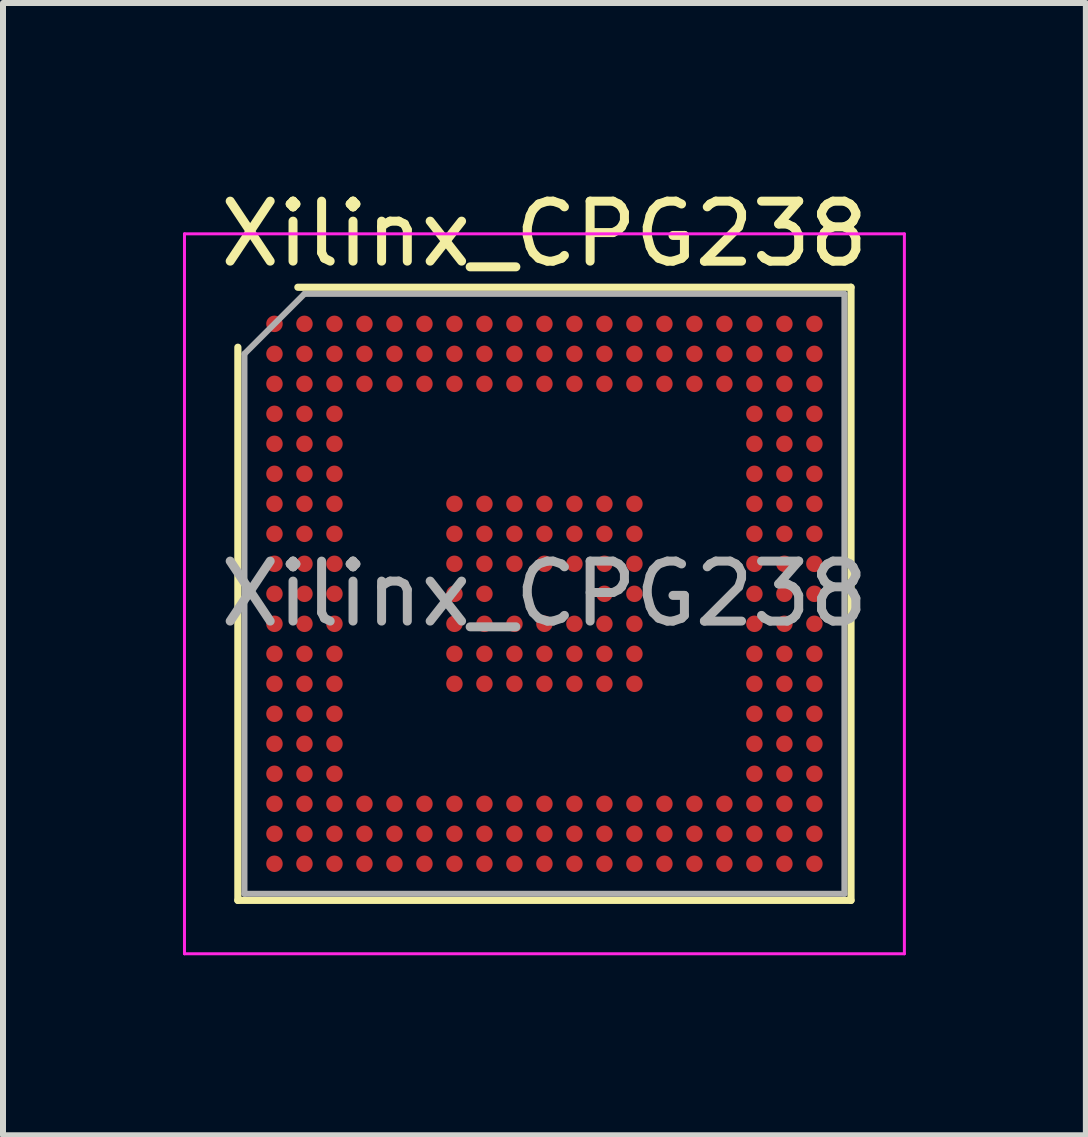
<source format=kicad_pcb>
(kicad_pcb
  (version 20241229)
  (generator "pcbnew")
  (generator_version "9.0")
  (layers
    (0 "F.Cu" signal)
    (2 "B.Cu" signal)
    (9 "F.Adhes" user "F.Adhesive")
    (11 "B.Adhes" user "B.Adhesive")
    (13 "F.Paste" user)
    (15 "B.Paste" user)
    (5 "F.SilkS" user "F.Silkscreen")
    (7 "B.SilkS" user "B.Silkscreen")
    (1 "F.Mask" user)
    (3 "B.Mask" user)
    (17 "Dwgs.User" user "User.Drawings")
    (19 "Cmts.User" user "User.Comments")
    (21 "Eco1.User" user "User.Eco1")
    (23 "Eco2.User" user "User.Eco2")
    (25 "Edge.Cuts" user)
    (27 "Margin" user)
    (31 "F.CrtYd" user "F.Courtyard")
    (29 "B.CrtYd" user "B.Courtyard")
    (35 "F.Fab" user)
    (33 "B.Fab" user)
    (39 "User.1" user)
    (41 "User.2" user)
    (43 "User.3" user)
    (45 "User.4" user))
  (footprint "Xilinx_CPG238"
    (layer "F.Cu")
    (at 6.025 6.848)
    (property "Reference" "Xilinx_CPG238" (at 0 -6 0) (layer "F.SilkS") (effects (font (size 1 1) (thickness 0.15))))
    (attr smd)
    (fp_line (start -5.11 5.11) (end -5.11 -4.11) (stroke (width 0.12) (type solid)) (layer "F.SilkS"))
    (fp_line (start -4.11 -5.11) (end 5.11 -5.11) (stroke (width 0.12) (type solid)) (layer "F.SilkS"))
    (fp_line (start 5.11 -5.11) (end 5.11 5.11) (stroke (width 0.12) (type solid)) (layer "F.SilkS"))
    (fp_line (start 5.11 5.11) (end -5.11 5.11) (stroke (width 0.12) (type solid)) (layer "F.SilkS"))
    (fp_line (start -6 -6) (end -6 6) (stroke (width 0.05) (type solid)) (layer "F.CrtYd"))
    (fp_line (start -6 6) (end 6 6) (stroke (width 0.05) (type solid)) (layer "F.CrtYd"))
    (fp_line (start 6 -6) (end -6 -6) (stroke (width 0.05) (type solid)) (layer "F.CrtYd"))
    (fp_line (start 6 6) (end 6 -6) (stroke (width 0.05) (type solid)) (layer "F.CrtYd"))
    (fp_line (start -5 -4) (end -4 -5) (stroke (width 0.1) (type solid)) (layer "F.Fab"))
    (fp_line (start -5 5) (end -5 -4) (stroke (width 0.1) (type solid)) (layer "F.Fab"))
    (fp_line (start -4 -5) (end 5 -5) (stroke (width 0.1) (type solid)) (layer "F.Fab"))
    (fp_line (start 5 -5) (end 5 5) (stroke (width 0.1) (type solid)) (layer "F.Fab"))
    (fp_line (start 5 5) (end -5 5) (stroke (width 0.1) (type solid)) (layer "F.Fab"))
    (fp_text user "${REFERENCE}" (at 0 0 0) (layer "F.Fab") (effects (font (size 1 1) (thickness 0.15))))
    (pad "A1" smd circle (at -4.5 -4.5) (size 0.275 0.275) (layers "F.Cu" "F.Mask" "F.Paste"))
    (pad "A2" smd circle (at -4 -4.5) (size 0.275 0.275) (layers "F.Cu" "F.Mask" "F.Paste"))
    (pad "A3" smd circle (at -3.5 -4.5) (size 0.275 0.275) (layers "F.Cu" "F.Mask" "F.Paste"))
    (pad "A4" smd circle (at -3 -4.5) (size 0.275 0.275) (layers "F.Cu" "F.Mask" "F.Paste"))
    (pad "A5" smd circle (at -2.5 -4.5) (size 0.275 0.275) (layers "F.Cu" "F.Mask" "F.Paste"))
    (pad "A6" smd circle (at -2 -4.5) (size 0.275 0.275) (layers "F.Cu" "F.Mask" "F.Paste"))
    (pad "A7" smd circle (at -1.5 -4.5) (size 0.275 0.275) (layers "F.Cu" "F.Mask" "F.Paste"))
    (pad "A8" smd circle (at -1 -4.5) (size 0.275 0.275) (layers "F.Cu" "F.Mask" "F.Paste"))
    (pad "A9" smd circle (at -0.5 -4.5) (size 0.275 0.275) (layers "F.Cu" "F.Mask" "F.Paste"))
    (pad "A10" smd circle (at 0 -4.5) (size 0.275 0.275) (layers "F.Cu" "F.Mask" "F.Paste"))
    (pad "A11" smd circle (at 0.5 -4.5) (size 0.275 0.275) (layers "F.Cu" "F.Mask" "F.Paste"))
    (pad "A12" smd circle (at 1 -4.5) (size 0.275 0.275) (layers "F.Cu" "F.Mask" "F.Paste"))
    (pad "A13" smd circle (at 1.5 -4.5) (size 0.275 0.275) (layers "F.Cu" "F.Mask" "F.Paste"))
    (pad "A14" smd circle (at 2 -4.5) (size 0.275 0.275) (layers "F.Cu" "F.Mask" "F.Paste"))
    (pad "A15" smd circle (at 2.5 -4.5) (size 0.275 0.275) (layers "F.Cu" "F.Mask" "F.Paste"))
    (pad "A16" smd circle (at 3 -4.5) (size 0.275 0.275) (layers "F.Cu" "F.Mask" "F.Paste"))
    (pad "A17" smd circle (at 3.5 -4.5) (size 0.275 0.275) (layers "F.Cu" "F.Mask" "F.Paste"))
    (pad "A18" smd circle (at 4 -4.5) (size 0.275 0.275) (layers "F.Cu" "F.Mask" "F.Paste"))
    (pad "A19" smd circle (at 4.5 -4.5) (size 0.275 0.275) (layers "F.Cu" "F.Mask" "F.Paste"))
    (pad "B1" smd circle (at -4.5 -4) (size 0.275 0.275) (layers "F.Cu" "F.Mask" "F.Paste"))
    (pad "B2" smd circle (at -4 -4) (size 0.275 0.275) (layers "F.Cu" "F.Mask" "F.Paste"))
    (pad "B3" smd circle (at -3.5 -4) (size 0.275 0.275) (layers "F.Cu" "F.Mask" "F.Paste"))
    (pad "B4" smd circle (at -3 -4) (size 0.275 0.275) (layers "F.Cu" "F.Mask" "F.Paste"))
    (pad "B5" smd circle (at -2.5 -4) (size 0.275 0.275) (layers "F.Cu" "F.Mask" "F.Paste"))
    (pad "B6" smd circle (at -2 -4) (size 0.275 0.275) (layers "F.Cu" "F.Mask" "F.Paste"))
    (pad "B7" smd circle (at -1.5 -4) (size 0.275 0.275) (layers "F.Cu" "F.Mask" "F.Paste"))
    (pad "B8" smd circle (at -1 -4) (size 0.275 0.275) (layers "F.Cu" "F.Mask" "F.Paste"))
    (pad "B9" smd circle (at -0.5 -4) (size 0.275 0.275) (layers "F.Cu" "F.Mask" "F.Paste"))
    (pad "B10" smd circle (at 0 -4) (size 0.275 0.275) (layers "F.Cu" "F.Mask" "F.Paste"))
    (pad "B11" smd circle (at 0.5 -4) (size 0.275 0.275) (layers "F.Cu" "F.Mask" "F.Paste"))
    (pad "B12" smd circle (at 1 -4) (size 0.275 0.275) (layers "F.Cu" "F.Mask" "F.Paste"))
    (pad "B13" smd circle (at 1.5 -4) (size 0.275 0.275) (layers "F.Cu" "F.Mask" "F.Paste"))
    (pad "B14" smd circle (at 2 -4) (size 0.275 0.275) (layers "F.Cu" "F.Mask" "F.Paste"))
    (pad "B15" smd circle (at 2.5 -4) (size 0.275 0.275) (layers "F.Cu" "F.Mask" "F.Paste"))
    (pad "B16" smd circle (at 3 -4) (size 0.275 0.275) (layers "F.Cu" "F.Mask" "F.Paste"))
    (pad "B17" smd circle (at 3.5 -4) (size 0.275 0.275) (layers "F.Cu" "F.Mask" "F.Paste"))
    (pad "B18" smd circle (at 4 -4) (size 0.275 0.275) (layers "F.Cu" "F.Mask" "F.Paste"))
    (pad "B19" smd circle (at 4.5 -4) (size 0.275 0.275) (layers "F.Cu" "F.Mask" "F.Paste"))
    (pad "C1" smd circle (at -4.5 -3.5) (size 0.275 0.275) (layers "F.Cu" "F.Mask" "F.Paste"))
    (pad "C2" smd circle (at -4 -3.5) (size 0.275 0.275) (layers "F.Cu" "F.Mask" "F.Paste"))
    (pad "C3" smd circle (at -3.5 -3.5) (size 0.275 0.275) (layers "F.Cu" "F.Mask" "F.Paste"))
    (pad "C4" smd circle (at -3 -3.5) (size 0.275 0.275) (layers "F.Cu" "F.Mask" "F.Paste"))
    (pad "C5" smd circle (at -2.5 -3.5) (size 0.275 0.275) (layers "F.Cu" "F.Mask" "F.Paste"))
    (pad "C6" smd circle (at -2 -3.5) (size 0.275 0.275) (layers "F.Cu" "F.Mask" "F.Paste"))
    (pad "C7" smd circle (at -1.5 -3.5) (size 0.275 0.275) (layers "F.Cu" "F.Mask" "F.Paste"))
    (pad "C8" smd circle (at -1 -3.5) (size 0.275 0.275) (layers "F.Cu" "F.Mask" "F.Paste"))
    (pad "C9" smd circle (at -0.5 -3.5) (size 0.275 0.275) (layers "F.Cu" "F.Mask" "F.Paste"))
    (pad "C10" smd circle (at 0 -3.5) (size 0.275 0.275) (layers "F.Cu" "F.Mask" "F.Paste"))
    (pad "C11" smd circle (at 0.5 -3.5) (size 0.275 0.275) (layers "F.Cu" "F.Mask" "F.Paste"))
    (pad "C12" smd circle (at 1 -3.5) (size 0.275 0.275) (layers "F.Cu" "F.Mask" "F.Paste"))
    (pad "C13" smd circle (at 1.5 -3.5) (size 0.275 0.275) (layers "F.Cu" "F.Mask" "F.Paste"))
    (pad "C14" smd circle (at 2 -3.5) (size 0.275 0.275) (layers "F.Cu" "F.Mask" "F.Paste"))
    (pad "C15" smd circle (at 2.5 -3.5) (size 0.275 0.275) (layers "F.Cu" "F.Mask" "F.Paste"))
    (pad "C16" smd circle (at 3 -3.5) (size 0.275 0.275) (layers "F.Cu" "F.Mask" "F.Paste"))
    (pad "C17" smd circle (at 3.5 -3.5) (size 0.275 0.275) (layers "F.Cu" "F.Mask" "F.Paste"))
    (pad "C18" smd circle (at 4 -3.5) (size 0.275 0.275) (layers "F.Cu" "F.Mask" "F.Paste"))
    (pad "C19" smd circle (at 4.5 -3.5) (size 0.275 0.275) (layers "F.Cu" "F.Mask" "F.Paste"))
    (pad "D1" smd circle (at -4.5 -3) (size 0.275 0.275) (layers "F.Cu" "F.Mask" "F.Paste"))
    (pad "D2" smd circle (at -4 -3) (size 0.275 0.275) (layers "F.Cu" "F.Mask" "F.Paste"))
    (pad "D3" smd circle (at -3.5 -3) (size 0.275 0.275) (layers "F.Cu" "F.Mask" "F.Paste"))
    (pad "D17" smd circle (at 3.5 -3) (size 0.275 0.275) (layers "F.Cu" "F.Mask" "F.Paste"))
    (pad "D18" smd circle (at 4 -3) (size 0.275 0.275) (layers "F.Cu" "F.Mask" "F.Paste"))
    (pad "D19" smd circle (at 4.5 -3) (size 0.275 0.275) (layers "F.Cu" "F.Mask" "F.Paste"))
    (pad "E1" smd circle (at -4.5 -2.5) (size 0.275 0.275) (layers "F.Cu" "F.Mask" "F.Paste"))
    (pad "E2" smd circle (at -4 -2.5) (size 0.275 0.275) (layers "F.Cu" "F.Mask" "F.Paste"))
    (pad "E3" smd circle (at -3.5 -2.5) (size 0.275 0.275) (layers "F.Cu" "F.Mask" "F.Paste"))
    (pad "E17" smd circle (at 3.5 -2.5) (size 0.275 0.275) (layers "F.Cu" "F.Mask" "F.Paste"))
    (pad "E18" smd circle (at 4 -2.5) (size 0.275 0.275) (layers "F.Cu" "F.Mask" "F.Paste"))
    (pad "E19" smd circle (at 4.5 -2.5) (size 0.275 0.275) (layers "F.Cu" "F.Mask" "F.Paste"))
    (pad "F1" smd circle (at -4.5 -2) (size 0.275 0.275) (layers "F.Cu" "F.Mask" "F.Paste"))
    (pad "F2" smd circle (at -4 -2) (size 0.275 0.275) (layers "F.Cu" "F.Mask" "F.Paste"))
    (pad "F3" smd circle (at -3.5 -2) (size 0.275 0.275) (layers "F.Cu" "F.Mask" "F.Paste"))
    (pad "F17" smd circle (at 3.5 -2) (size 0.275 0.275) (layers "F.Cu" "F.Mask" "F.Paste"))
    (pad "F18" smd circle (at 4 -2) (size 0.275 0.275) (layers "F.Cu" "F.Mask" "F.Paste"))
    (pad "F19" smd circle (at 4.5 -2) (size 0.275 0.275) (layers "F.Cu" "F.Mask" "F.Paste"))
    (pad "G1" smd circle (at -4.5 -1.5) (size 0.275 0.275) (layers "F.Cu" "F.Mask" "F.Paste"))
    (pad "G2" smd circle (at -4 -1.5) (size 0.275 0.275) (layers "F.Cu" "F.Mask" "F.Paste"))
    (pad "G3" smd circle (at -3.5 -1.5) (size 0.275 0.275) (layers "F.Cu" "F.Mask" "F.Paste"))
    (pad "G7" smd circle (at -1.5 -1.5) (size 0.275 0.275) (layers "F.Cu" "F.Mask" "F.Paste"))
    (pad "G8" smd circle (at -1 -1.5) (size 0.275 0.275) (layers "F.Cu" "F.Mask" "F.Paste"))
    (pad "G9" smd circle (at -0.5 -1.5) (size 0.275 0.275) (layers "F.Cu" "F.Mask" "F.Paste"))
    (pad "G10" smd circle (at 0 -1.5) (size 0.275 0.275) (layers "F.Cu" "F.Mask" "F.Paste"))
    (pad "G11" smd circle (at 0.5 -1.5) (size 0.275 0.275) (layers "F.Cu" "F.Mask" "F.Paste"))
    (pad "G12" smd circle (at 1 -1.5) (size 0.275 0.275) (layers "F.Cu" "F.Mask" "F.Paste"))
    (pad "G13" smd circle (at 1.5 -1.5) (size 0.275 0.275) (layers "F.Cu" "F.Mask" "F.Paste"))
    (pad "G17" smd circle (at 3.5 -1.5) (size 0.275 0.275) (layers "F.Cu" "F.Mask" "F.Paste"))
    (pad "G18" smd circle (at 4 -1.5) (size 0.275 0.275) (layers "F.Cu" "F.Mask" "F.Paste"))
    (pad "G19" smd circle (at 4.5 -1.5) (size 0.275 0.275) (layers "F.Cu" "F.Mask" "F.Paste"))
    (pad "H1" smd circle (at -4.5 -1) (size 0.275 0.275) (layers "F.Cu" "F.Mask" "F.Paste"))
    (pad "H2" smd circle (at -4 -1) (size 0.275 0.275) (layers "F.Cu" "F.Mask" "F.Paste"))
    (pad "H3" smd circle (at -3.5 -1) (size 0.275 0.275) (layers "F.Cu" "F.Mask" "F.Paste"))
    (pad "H7" smd circle (at -1.5 -1) (size 0.275 0.275) (layers "F.Cu" "F.Mask" "F.Paste"))
    (pad "H8" smd circle (at -1 -1) (size 0.275 0.275) (layers "F.Cu" "F.Mask" "F.Paste"))
    (pad "H9" smd circle (at -0.5 -1) (size 0.275 0.275) (layers "F.Cu" "F.Mask" "F.Paste"))
    (pad "H10" smd circle (at 0 -1) (size 0.275 0.275) (layers "F.Cu" "F.Mask" "F.Paste"))
    (pad "H11" smd circle (at 0.5 -1) (size 0.275 0.275) (layers "F.Cu" "F.Mask" "F.Paste"))
    (pad "H12" smd circle (at 1 -1) (size 0.275 0.275) (layers "F.Cu" "F.Mask" "F.Paste"))
    (pad "H13" smd circle (at 1.5 -1) (size 0.275 0.275) (layers "F.Cu" "F.Mask" "F.Paste"))
    (pad "H17" smd circle (at 3.5 -1) (size 0.275 0.275) (layers "F.Cu" "F.Mask" "F.Paste"))
    (pad "H18" smd circle (at 4 -1) (size 0.275 0.275) (layers "F.Cu" "F.Mask" "F.Paste"))
    (pad "H19" smd circle (at 4.5 -1) (size 0.275 0.275) (layers "F.Cu" "F.Mask" "F.Paste"))
    (pad "J1" smd circle (at -4.5 -0.5) (size 0.275 0.275) (layers "F.Cu" "F.Mask" "F.Paste"))
    (pad "J2" smd circle (at -4 -0.5) (size 0.275 0.275) (layers "F.Cu" "F.Mask" "F.Paste"))
    (pad "J3" smd circle (at -3.5 -0.5) (size 0.275 0.275) (layers "F.Cu" "F.Mask" "F.Paste"))
    (pad "J7" smd circle (at -1.5 -0.5) (size 0.275 0.275) (layers "F.Cu" "F.Mask" "F.Paste"))
    (pad "J8" smd circle (at -1 -0.5) (size 0.275 0.275) (layers "F.Cu" "F.Mask" "F.Paste"))
    (pad "J9" smd circle (at -0.5 -0.5) (size 0.275 0.275) (layers "F.Cu" "F.Mask" "F.Paste"))
    (pad "J10" smd circle (at 0 -0.5) (size 0.275 0.275) (layers "F.Cu" "F.Mask" "F.Paste"))
    (pad "J11" smd circle (at 0.5 -0.5) (size 0.275 0.275) (layers "F.Cu" "F.Mask" "F.Paste"))
    (pad "J12" smd circle (at 1 -0.5) (size 0.275 0.275) (layers "F.Cu" "F.Mask" "F.Paste"))
    (pad "J13" smd circle (at 1.5 -0.5) (size 0.275 0.275) (layers "F.Cu" "F.Mask" "F.Paste"))
    (pad "J17" smd circle (at 3.5 -0.5) (size 0.275 0.275) (layers "F.Cu" "F.Mask" "F.Paste"))
    (pad "J18" smd circle (at 4 -0.5) (size 0.275 0.275) (layers "F.Cu" "F.Mask" "F.Paste"))
    (pad "J19" smd circle (at 4.5 -0.5) (size 0.275 0.275) (layers "F.Cu" "F.Mask" "F.Paste"))
    (pad "K1" smd circle (at -4.5 0) (size 0.275 0.275) (layers "F.Cu" "F.Mask" "F.Paste"))
    (pad "K2" smd circle (at -4 0) (size 0.275 0.275) (layers "F.Cu" "F.Mask" "F.Paste"))
    (pad "K3" smd circle (at -3.5 0) (size 0.275 0.275) (layers "F.Cu" "F.Mask" "F.Paste"))
    (pad "K7" smd circle (at -1.5 0) (size 0.275 0.275) (layers "F.Cu" "F.Mask" "F.Paste"))
    (pad "K8" smd circle (at -1 0) (size 0.275 0.275) (layers "F.Cu" "F.Mask" "F.Paste"))
    (pad "K12" smd circle (at 1 0) (size 0.275 0.275) (layers "F.Cu" "F.Mask" "F.Paste"))
    (pad "K13" smd circle (at 1.5 0) (size 0.275 0.275) (layers "F.Cu" "F.Mask" "F.Paste"))
    (pad "K17" smd circle (at 3.5 0) (size 0.275 0.275) (layers "F.Cu" "F.Mask" "F.Paste"))
    (pad "K18" smd circle (at 4 0) (size 0.275 0.275) (layers "F.Cu" "F.Mask" "F.Paste"))
    (pad "K19" smd circle (at 4.5 0) (size 0.275 0.275) (layers "F.Cu" "F.Mask" "F.Paste"))
    (pad "L1" smd circle (at -4.5 0.5) (size 0.275 0.275) (layers "F.Cu" "F.Mask" "F.Paste"))
    (pad "L2" smd circle (at -4 0.5) (size 0.275 0.275) (layers "F.Cu" "F.Mask" "F.Paste"))
    (pad "L3" smd circle (at -3.5 0.5) (size 0.275 0.275) (layers "F.Cu" "F.Mask" "F.Paste"))
    (pad "L7" smd circle (at -1.5 0.5) (size 0.275 0.275) (layers "F.Cu" "F.Mask" "F.Paste"))
    (pad "L8" smd circle (at -1 0.5) (size 0.275 0.275) (layers "F.Cu" "F.Mask" "F.Paste"))
    (pad "L9" smd circle (at -0.5 0.5) (size 0.275 0.275) (layers "F.Cu" "F.Mask" "F.Paste"))
    (pad "L10" smd circle (at 0 0.5) (size 0.275 0.275) (layers "F.Cu" "F.Mask" "F.Paste"))
    (pad "L11" smd circle (at 0.5 0.5) (size 0.275 0.275) (layers "F.Cu" "F.Mask" "F.Paste"))
    (pad "L12" smd circle (at 1 0.5) (size 0.275 0.275) (layers "F.Cu" "F.Mask" "F.Paste"))
    (pad "L13" smd circle (at 1.5 0.5) (size 0.275 0.275) (layers "F.Cu" "F.Mask" "F.Paste"))
    (pad "L17" smd circle (at 3.5 0.5) (size 0.275 0.275) (layers "F.Cu" "F.Mask" "F.Paste"))
    (pad "L18" smd circle (at 4 0.5) (size 0.275 0.275) (layers "F.Cu" "F.Mask" "F.Paste"))
    (pad "L19" smd circle (at 4.5 0.5) (size 0.275 0.275) (layers "F.Cu" "F.Mask" "F.Paste"))
    (pad "M1" smd circle (at -4.5 1) (size 0.275 0.275) (layers "F.Cu" "F.Mask" "F.Paste"))
    (pad "M2" smd circle (at -4 1) (size 0.275 0.275) (layers "F.Cu" "F.Mask" "F.Paste"))
    (pad "M3" smd circle (at -3.5 1) (size 0.275 0.275) (layers "F.Cu" "F.Mask" "F.Paste"))
    (pad "M7" smd circle (at -1.5 1) (size 0.275 0.275) (layers "F.Cu" "F.Mask" "F.Paste"))
    (pad "M8" smd circle (at -1 1) (size 0.275 0.275) (layers "F.Cu" "F.Mask" "F.Paste"))
    (pad "M9" smd circle (at -0.5 1) (size 0.275 0.275) (layers "F.Cu" "F.Mask" "F.Paste"))
    (pad "M10" smd circle (at 0 1) (size 0.275 0.275) (layers "F.Cu" "F.Mask" "F.Paste"))
    (pad "M11" smd circle (at 0.5 1) (size 0.275 0.275) (layers "F.Cu" "F.Mask" "F.Paste"))
    (pad "M12" smd circle (at 1 1) (size 0.275 0.275) (layers "F.Cu" "F.Mask" "F.Paste"))
    (pad "M13" smd circle (at 1.5 1) (size 0.275 0.275) (layers "F.Cu" "F.Mask" "F.Paste"))
    (pad "M17" smd circle (at 3.5 1) (size 0.275 0.275) (layers "F.Cu" "F.Mask" "F.Paste"))
    (pad "M18" smd circle (at 4 1) (size 0.275 0.275) (layers "F.Cu" "F.Mask" "F.Paste"))
    (pad "M19" smd circle (at 4.5 1) (size 0.275 0.275) (layers "F.Cu" "F.Mask" "F.Paste"))
    (pad "N1" smd circle (at -4.5 1.5) (size 0.275 0.275) (layers "F.Cu" "F.Mask" "F.Paste"))
    (pad "N2" smd circle (at -4 1.5) (size 0.275 0.275) (layers "F.Cu" "F.Mask" "F.Paste"))
    (pad "N3" smd circle (at -3.5 1.5) (size 0.275 0.275) (layers "F.Cu" "F.Mask" "F.Paste"))
    (pad "N7" smd circle (at -1.5 1.5) (size 0.275 0.275) (layers "F.Cu" "F.Mask" "F.Paste"))
    (pad "N8" smd circle (at -1 1.5) (size 0.275 0.275) (layers "F.Cu" "F.Mask" "F.Paste"))
    (pad "N9" smd circle (at -0.5 1.5) (size 0.275 0.275) (layers "F.Cu" "F.Mask" "F.Paste"))
    (pad "N10" smd circle (at 0 1.5) (size 0.275 0.275) (layers "F.Cu" "F.Mask" "F.Paste"))
    (pad "N11" smd circle (at 0.5 1.5) (size 0.275 0.275) (layers "F.Cu" "F.Mask" "F.Paste"))
    (pad "N12" smd circle (at 1 1.5) (size 0.275 0.275) (layers "F.Cu" "F.Mask" "F.Paste"))
    (pad "N13" smd circle (at 1.5 1.5) (size 0.275 0.275) (layers "F.Cu" "F.Mask" "F.Paste"))
    (pad "N17" smd circle (at 3.5 1.5) (size 0.275 0.275) (layers "F.Cu" "F.Mask" "F.Paste"))
    (pad "N18" smd circle (at 4 1.5) (size 0.275 0.275) (layers "F.Cu" "F.Mask" "F.Paste"))
    (pad "N19" smd circle (at 4.5 1.5) (size 0.275 0.275) (layers "F.Cu" "F.Mask" "F.Paste"))
    (pad "P1" smd circle (at -4.5 2) (size 0.275 0.275) (layers "F.Cu" "F.Mask" "F.Paste"))
    (pad "P2" smd circle (at -4 2) (size 0.275 0.275) (layers "F.Cu" "F.Mask" "F.Paste"))
    (pad "P3" smd circle (at -3.5 2) (size 0.275 0.275) (layers "F.Cu" "F.Mask" "F.Paste"))
    (pad "P17" smd circle (at 3.5 2) (size 0.275 0.275) (layers "F.Cu" "F.Mask" "F.Paste"))
    (pad "P18" smd circle (at 4 2) (size 0.275 0.275) (layers "F.Cu" "F.Mask" "F.Paste"))
    (pad "P19" smd circle (at 4.5 2) (size 0.275 0.275) (layers "F.Cu" "F.Mask" "F.Paste"))
    (pad "R1" smd circle (at -4.5 2.5) (size 0.275 0.275) (layers "F.Cu" "F.Mask" "F.Paste"))
    (pad "R2" smd circle (at -4 2.5) (size 0.275 0.275) (layers "F.Cu" "F.Mask" "F.Paste"))
    (pad "R3" smd circle (at -3.5 2.5) (size 0.275 0.275) (layers "F.Cu" "F.Mask" "F.Paste"))
    (pad "R17" smd circle (at 3.5 2.5) (size 0.275 0.275) (layers "F.Cu" "F.Mask" "F.Paste"))
    (pad "R18" smd circle (at 4 2.5) (size 0.275 0.275) (layers "F.Cu" "F.Mask" "F.Paste"))
    (pad "R19" smd circle (at 4.5 2.5) (size 0.275 0.275) (layers "F.Cu" "F.Mask" "F.Paste"))
    (pad "T1" smd circle (at -4.5 3) (size 0.275 0.275) (layers "F.Cu" "F.Mask" "F.Paste"))
    (pad "T2" smd circle (at -4 3) (size 0.275 0.275) (layers "F.Cu" "F.Mask" "F.Paste"))
    (pad "T3" smd circle (at -3.5 3) (size 0.275 0.275) (layers "F.Cu" "F.Mask" "F.Paste"))
    (pad "T17" smd circle (at 3.5 3) (size 0.275 0.275) (layers "F.Cu" "F.Mask" "F.Paste"))
    (pad "T18" smd circle (at 4 3) (size 0.275 0.275) (layers "F.Cu" "F.Mask" "F.Paste"))
    (pad "T19" smd circle (at 4.5 3) (size 0.275 0.275) (layers "F.Cu" "F.Mask" "F.Paste"))
    (pad "U1" smd circle (at -4.5 3.5) (size 0.275 0.275) (layers "F.Cu" "F.Mask" "F.Paste"))
    (pad "U2" smd circle (at -4 3.5) (size 0.275 0.275) (layers "F.Cu" "F.Mask" "F.Paste"))
    (pad "U3" smd circle (at -3.5 3.5) (size 0.275 0.275) (layers "F.Cu" "F.Mask" "F.Paste"))
    (pad "U4" smd circle (at -3 3.5) (size 0.275 0.275) (layers "F.Cu" "F.Mask" "F.Paste"))
    (pad "U5" smd circle (at -2.5 3.5) (size 0.275 0.275) (layers "F.Cu" "F.Mask" "F.Paste"))
    (pad "U6" smd circle (at -2 3.5) (size 0.275 0.275) (layers "F.Cu" "F.Mask" "F.Paste"))
    (pad "U7" smd circle (at -1.5 3.5) (size 0.275 0.275) (layers "F.Cu" "F.Mask" "F.Paste"))
    (pad "U8" smd circle (at -1 3.5) (size 0.275 0.275) (layers "F.Cu" "F.Mask" "F.Paste"))
    (pad "U9" smd circle (at -0.5 3.5) (size 0.275 0.275) (layers "F.Cu" "F.Mask" "F.Paste"))
    (pad "U10" smd circle (at 0 3.5) (size 0.275 0.275) (layers "F.Cu" "F.Mask" "F.Paste"))
    (pad "U11" smd circle (at 0.5 3.5) (size 0.275 0.275) (layers "F.Cu" "F.Mask" "F.Paste"))
    (pad "U12" smd circle (at 1 3.5) (size 0.275 0.275) (layers "F.Cu" "F.Mask" "F.Paste"))
    (pad "U13" smd circle (at 1.5 3.5) (size 0.275 0.275) (layers "F.Cu" "F.Mask" "F.Paste"))
    (pad "U14" smd circle (at 2 3.5) (size 0.275 0.275) (layers "F.Cu" "F.Mask" "F.Paste"))
    (pad "U15" smd circle (at 2.5 3.5) (size 0.275 0.275) (layers "F.Cu" "F.Mask" "F.Paste"))
    (pad "U16" smd circle (at 3 3.5) (size 0.275 0.275) (layers "F.Cu" "F.Mask" "F.Paste"))
    (pad "U17" smd circle (at 3.5 3.5) (size 0.275 0.275) (layers "F.Cu" "F.Mask" "F.Paste"))
    (pad "U18" smd circle (at 4 3.5) (size 0.275 0.275) (layers "F.Cu" "F.Mask" "F.Paste"))
    (pad "U19" smd circle (at 4.5 3.5) (size 0.275 0.275) (layers "F.Cu" "F.Mask" "F.Paste"))
    (pad "V1" smd circle (at -4.5 4) (size 0.275 0.275) (layers "F.Cu" "F.Mask" "F.Paste"))
    (pad "V2" smd circle (at -4 4) (size 0.275 0.275) (layers "F.Cu" "F.Mask" "F.Paste"))
    (pad "V3" smd circle (at -3.5 4) (size 0.275 0.275) (layers "F.Cu" "F.Mask" "F.Paste"))
    (pad "V4" smd circle (at -3 4) (size 0.275 0.275) (layers "F.Cu" "F.Mask" "F.Paste"))
    (pad "V5" smd circle (at -2.5 4) (size 0.275 0.275) (layers "F.Cu" "F.Mask" "F.Paste"))
    (pad "V6" smd circle (at -2 4) (size 0.275 0.275) (layers "F.Cu" "F.Mask" "F.Paste"))
    (pad "V7" smd circle (at -1.5 4) (size 0.275 0.275) (layers "F.Cu" "F.Mask" "F.Paste"))
    (pad "V8" smd circle (at -1 4) (size 0.275 0.275) (layers "F.Cu" "F.Mask" "F.Paste"))
    (pad "V9" smd circle (at -0.5 4) (size 0.275 0.275) (layers "F.Cu" "F.Mask" "F.Paste"))
    (pad "V10" smd circle (at 0 4) (size 0.275 0.275) (layers "F.Cu" "F.Mask" "F.Paste"))
    (pad "V11" smd circle (at 0.5 4) (size 0.275 0.275) (layers "F.Cu" "F.Mask" "F.Paste"))
    (pad "V12" smd circle (at 1 4) (size 0.275 0.275) (layers "F.Cu" "F.Mask" "F.Paste"))
    (pad "V13" smd circle (at 1.5 4) (size 0.275 0.275) (layers "F.Cu" "F.Mask" "F.Paste"))
    (pad "V14" smd circle (at 2 4) (size 0.275 0.275) (layers "F.Cu" "F.Mask" "F.Paste"))
    (pad "V15" smd circle (at 2.5 4) (size 0.275 0.275) (layers "F.Cu" "F.Mask" "F.Paste"))
    (pad "V16" smd circle (at 3 4) (size 0.275 0.275) (layers "F.Cu" "F.Mask" "F.Paste"))
    (pad "V17" smd circle (at 3.5 4) (size 0.275 0.275) (layers "F.Cu" "F.Mask" "F.Paste"))
    (pad "V18" smd circle (at 4 4) (size 0.275 0.275) (layers "F.Cu" "F.Mask" "F.Paste"))
    (pad "V19" smd circle (at 4.5 4) (size 0.275 0.275) (layers "F.Cu" "F.Mask" "F.Paste"))
    (pad "W1" smd circle (at -4.5 4.5) (size 0.275 0.275) (layers "F.Cu" "F.Mask" "F.Paste"))
    (pad "W2" smd circle (at -4 4.5) (size 0.275 0.275) (layers "F.Cu" "F.Mask" "F.Paste"))
    (pad "W3" smd circle (at -3.5 4.5) (size 0.275 0.275) (layers "F.Cu" "F.Mask" "F.Paste"))
    (pad "W4" smd circle (at -3 4.5) (size 0.275 0.275) (layers "F.Cu" "F.Mask" "F.Paste"))
    (pad "W5" smd circle (at -2.5 4.5) (size 0.275 0.275) (layers "F.Cu" "F.Mask" "F.Paste"))
    (pad "W6" smd circle (at -2 4.5) (size 0.275 0.275) (layers "F.Cu" "F.Mask" "F.Paste"))
    (pad "W7" smd circle (at -1.5 4.5) (size 0.275 0.275) (layers "F.Cu" "F.Mask" "F.Paste"))
    (pad "W8" smd circle (at -1 4.5) (size 0.275 0.275) (layers "F.Cu" "F.Mask" "F.Paste"))
    (pad "W9" smd circle (at -0.5 4.5) (size 0.275 0.275) (layers "F.Cu" "F.Mask" "F.Paste"))
    (pad "W10" smd circle (at 0 4.5) (size 0.275 0.275) (layers "F.Cu" "F.Mask" "F.Paste"))
    (pad "W11" smd circle (at 0.5 4.5) (size 0.275 0.275) (layers "F.Cu" "F.Mask" "F.Paste"))
    (pad "W12" smd circle (at 1 4.5) (size 0.275 0.275) (layers "F.Cu" "F.Mask" "F.Paste"))
    (pad "W13" smd circle (at 1.5 4.5) (size 0.275 0.275) (layers "F.Cu" "F.Mask" "F.Paste"))
    (pad "W14" smd circle (at 2 4.5) (size 0.275 0.275) (layers "F.Cu" "F.Mask" "F.Paste"))
    (pad "W15" smd circle (at 2.5 4.5) (size 0.275 0.275) (layers "F.Cu" "F.Mask" "F.Paste"))
    (pad "W16" smd circle (at 3 4.5) (size 0.275 0.275) (layers "F.Cu" "F.Mask" "F.Paste"))
    (pad "W17" smd circle (at 3.5 4.5) (size 0.275 0.275) (layers "F.Cu" "F.Mask" "F.Paste"))
    (pad "W18" smd circle (at 4 4.5) (size 0.275 0.275) (layers "F.Cu" "F.Mask" "F.Paste"))
    (pad "W19" smd circle (at 4.5 4.5) (size 0.275 0.275) (layers "F.Cu" "F.Mask" "F.Paste")))
  (gr_rect
    (start -3 -3)
    (end 15.05 15.873)
    (stroke (width 0.1) (type default))
    (fill no)
    (layer "Edge.Cuts")))
</source>
